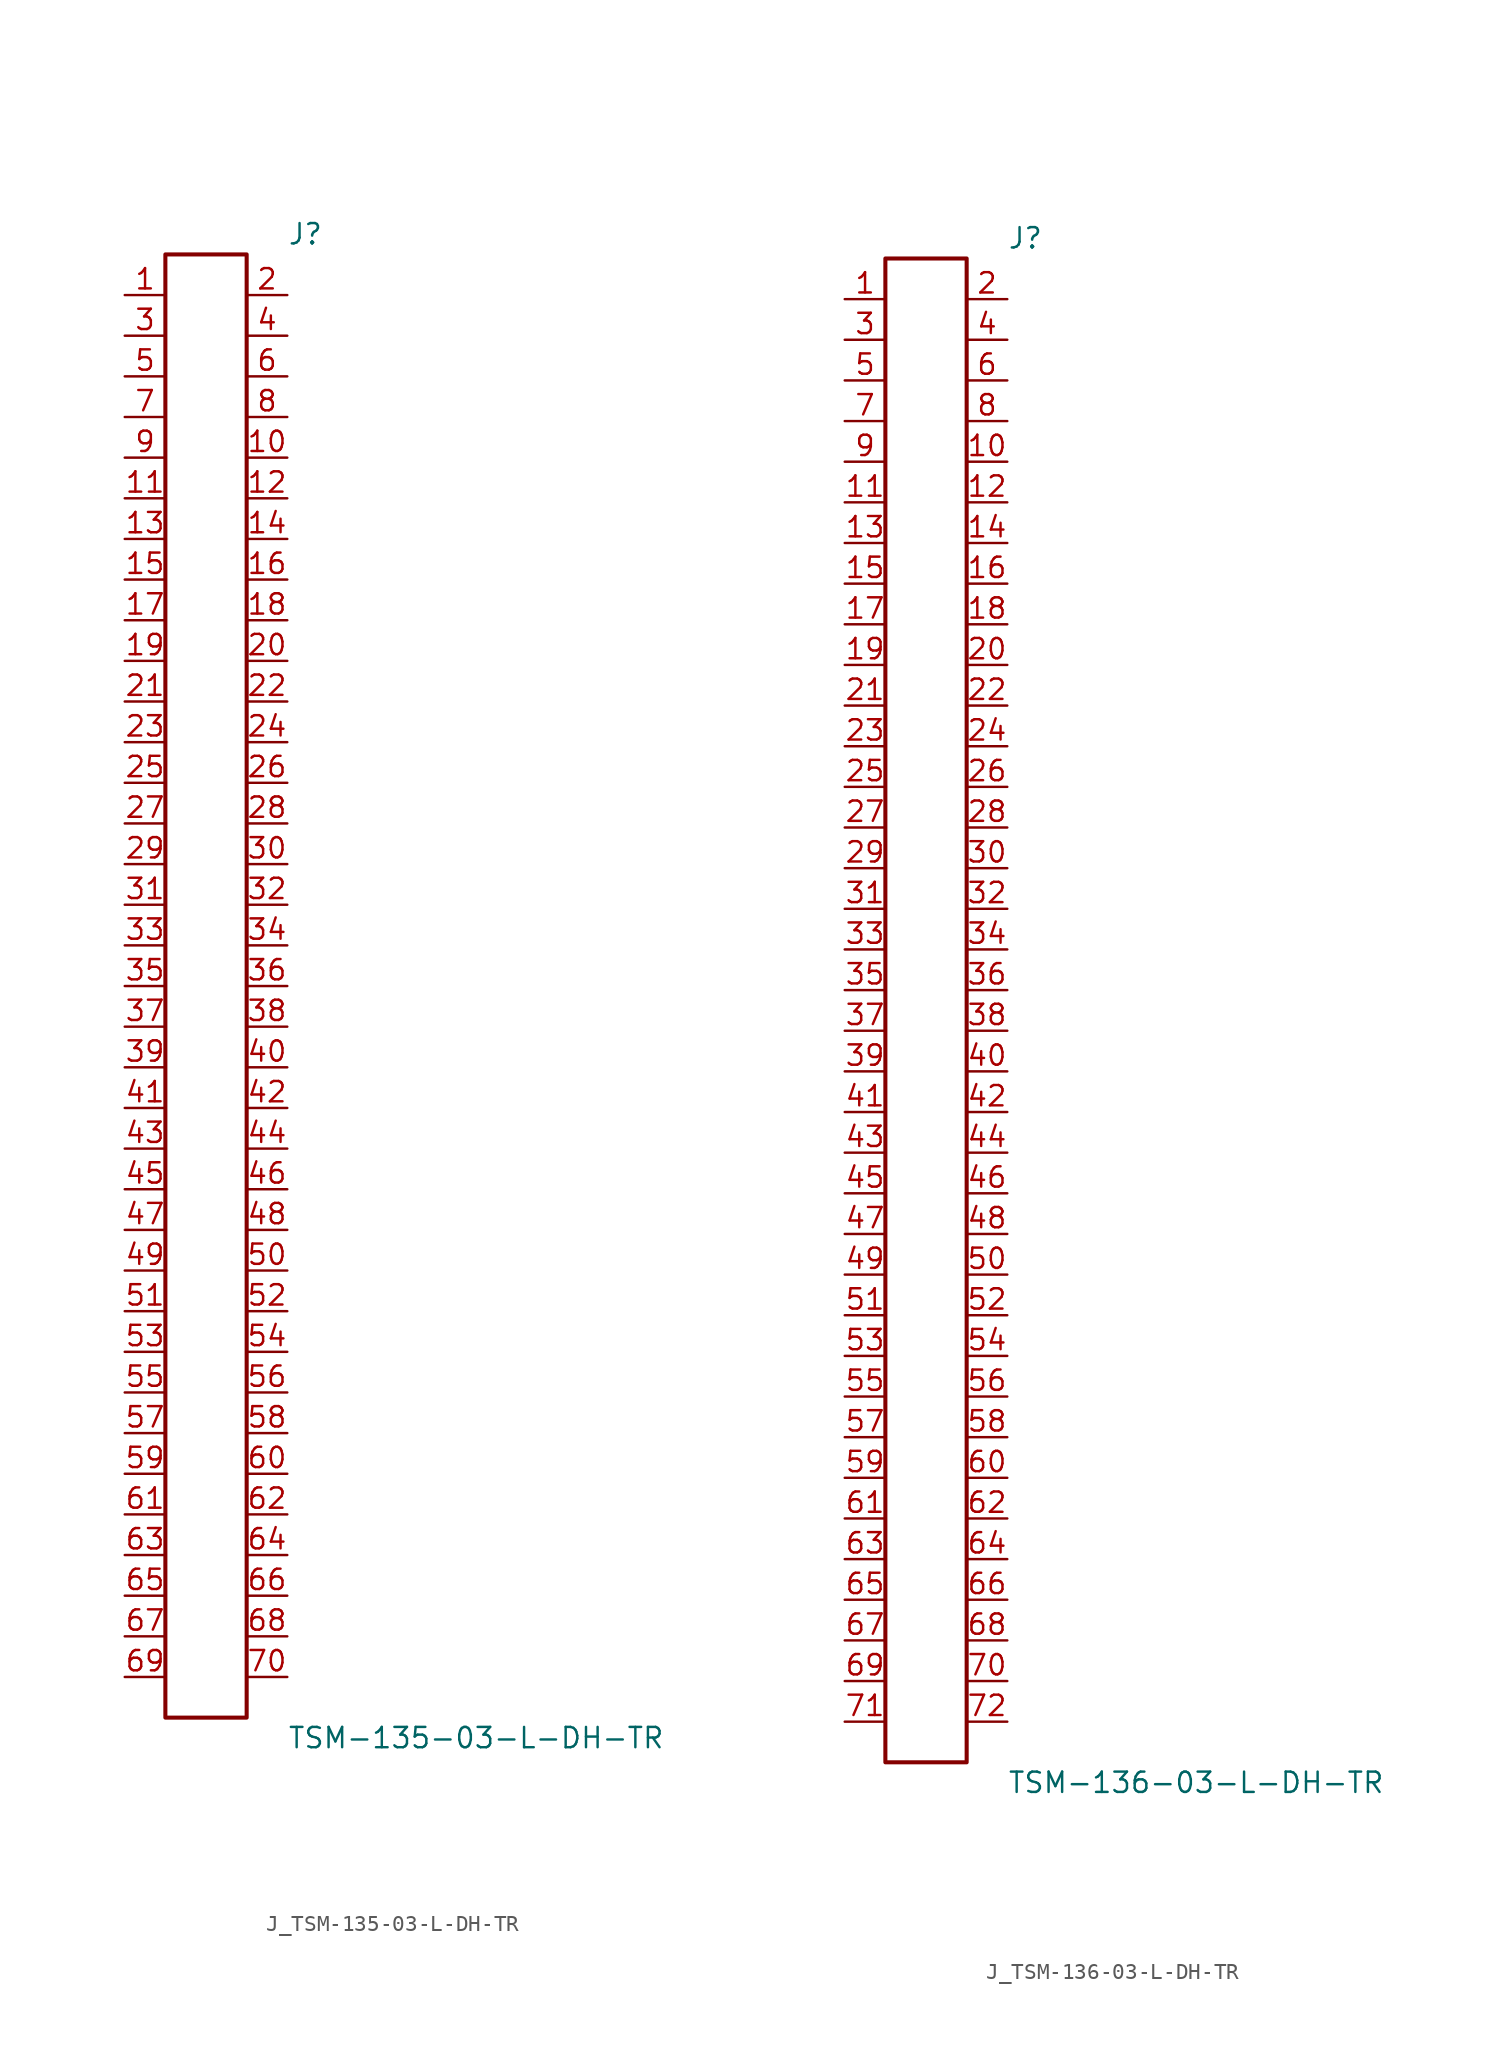
<source format=kicad_sym>
(kicad_symbol_lib
  (version 20231120)
  (generator kicad_symbol_editor)
  (generator_version 8.0)
  (symbol "J_TSM-135-03-L-DH-TR"
    (pin_names
      (offset 0.254))
    (property "Reference" "J"
      (at 5.08 46.99 0)
      (effects (font (size 1.27 1.27)) (justify left)))
    (property "Value" "TSM-135-03-L-DH-TR"
      (at 5.08 -46.99 0)
      (effects (font (size 1.27 1.27)) (justify left)))
    (symbol "J_TSM-135-03-L-DH-TR_0_0"
      (pin passive line (at -5.08 43.18 0) (length 2.54) (name "" (effects (font (size 1.27 1.27)))) (number "1" (effects (font (size 1.27 1.27)))))
      (pin passive line (at 5.08 43.18 180) (length 2.54) (name "" (effects (font (size 1.27 1.27)))) (number "2" (effects (font (size 1.27 1.27)))))
      (pin passive line (at -5.08 40.64 0) (length 2.54) (name "" (effects (font (size 1.27 1.27)))) (number "3" (effects (font (size 1.27 1.27)))))
      (pin passive line (at 5.08 40.64 180) (length 2.54) (name "" (effects (font (size 1.27 1.27)))) (number "4" (effects (font (size 1.27 1.27)))))
      (pin passive line (at -5.08 38.1 0) (length 2.54) (name "" (effects (font (size 1.27 1.27)))) (number "5" (effects (font (size 1.27 1.27)))))
      (pin passive line (at 5.08 38.1 180) (length 2.54) (name "" (effects (font (size 1.27 1.27)))) (number "6" (effects (font (size 1.27 1.27)))))
      (pin passive line (at -5.08 35.56 0) (length 2.54) (name "" (effects (font (size 1.27 1.27)))) (number "7" (effects (font (size 1.27 1.27)))))
      (pin passive line (at 5.08 35.56 180) (length 2.54) (name "" (effects (font (size 1.27 1.27)))) (number "8" (effects (font (size 1.27 1.27)))))
      (pin passive line (at -5.08 33.02 0) (length 2.54) (name "" (effects (font (size 1.27 1.27)))) (number "9" (effects (font (size 1.27 1.27)))))
      (pin passive line (at 5.08 33.02 180) (length 2.54) (name "" (effects (font (size 1.27 1.27)))) (number "10" (effects (font (size 1.27 1.27)))))
      (pin passive line (at -5.08 30.48 0) (length 2.54) (name "" (effects (font (size 1.27 1.27)))) (number "11" (effects (font (size 1.27 1.27)))))
      (pin passive line (at 5.08 30.48 180) (length 2.54) (name "" (effects (font (size 1.27 1.27)))) (number "12" (effects (font (size 1.27 1.27)))))
      (pin passive line (at -5.08 27.94 0) (length 2.54) (name "" (effects (font (size 1.27 1.27)))) (number "13" (effects (font (size 1.27 1.27)))))
      (pin passive line (at 5.08 27.94 180) (length 2.54) (name "" (effects (font (size 1.27 1.27)))) (number "14" (effects (font (size 1.27 1.27)))))
      (pin passive line (at -5.08 25.4 0) (length 2.54) (name "" (effects (font (size 1.27 1.27)))) (number "15" (effects (font (size 1.27 1.27)))))
      (pin passive line (at 5.08 25.4 180) (length 2.54) (name "" (effects (font (size 1.27 1.27)))) (number "16" (effects (font (size 1.27 1.27)))))
      (pin passive line (at -5.08 22.86 0) (length 2.54) (name "" (effects (font (size 1.27 1.27)))) (number "17" (effects (font (size 1.27 1.27)))))
      (pin passive line (at 5.08 22.86 180) (length 2.54) (name "" (effects (font (size 1.27 1.27)))) (number "18" (effects (font (size 1.27 1.27)))))
      (pin passive line (at -5.08 20.32 0) (length 2.54) (name "" (effects (font (size 1.27 1.27)))) (number "19" (effects (font (size 1.27 1.27)))))
      (pin passive line (at 5.08 20.32 180) (length 2.54) (name "" (effects (font (size 1.27 1.27)))) (number "20" (effects (font (size 1.27 1.27)))))
      (pin passive line (at -5.08 17.78 0) (length 2.54) (name "" (effects (font (size 1.27 1.27)))) (number "21" (effects (font (size 1.27 1.27)))))
      (pin passive line (at 5.08 17.78 180) (length 2.54) (name "" (effects (font (size 1.27 1.27)))) (number "22" (effects (font (size 1.27 1.27)))))
      (pin passive line (at -5.08 15.24 0) (length 2.54) (name "" (effects (font (size 1.27 1.27)))) (number "23" (effects (font (size 1.27 1.27)))))
      (pin passive line (at 5.08 15.24 180) (length 2.54) (name "" (effects (font (size 1.27 1.27)))) (number "24" (effects (font (size 1.27 1.27)))))
      (pin passive line (at -5.08 12.7 0) (length 2.54) (name "" (effects (font (size 1.27 1.27)))) (number "25" (effects (font (size 1.27 1.27)))))
      (pin passive line (at 5.08 12.7 180) (length 2.54) (name "" (effects (font (size 1.27 1.27)))) (number "26" (effects (font (size 1.27 1.27)))))
      (pin passive line (at -5.08 10.16 0) (length 2.54) (name "" (effects (font (size 1.27 1.27)))) (number "27" (effects (font (size 1.27 1.27)))))
      (pin passive line (at 5.08 10.16 180) (length 2.54) (name "" (effects (font (size 1.27 1.27)))) (number "28" (effects (font (size 1.27 1.27)))))
      (pin passive line (at -5.08 7.62 0) (length 2.54) (name "" (effects (font (size 1.27 1.27)))) (number "29" (effects (font (size 1.27 1.27)))))
      (pin passive line (at 5.08 7.62 180) (length 2.54) (name "" (effects (font (size 1.27 1.27)))) (number "30" (effects (font (size 1.27 1.27)))))
      (pin passive line (at -5.08 5.08 0) (length 2.54) (name "" (effects (font (size 1.27 1.27)))) (number "31" (effects (font (size 1.27 1.27)))))
      (pin passive line (at 5.08 5.08 180) (length 2.54) (name "" (effects (font (size 1.27 1.27)))) (number "32" (effects (font (size 1.27 1.27)))))
      (pin passive line (at -5.08 2.54 0) (length 2.54) (name "" (effects (font (size 1.27 1.27)))) (number "33" (effects (font (size 1.27 1.27)))))
      (pin passive line (at 5.08 2.54 180) (length 2.54) (name "" (effects (font (size 1.27 1.27)))) (number "34" (effects (font (size 1.27 1.27)))))
      (pin passive line (at -5.08 0.0 0) (length 2.54) (name "" (effects (font (size 1.27 1.27)))) (number "35" (effects (font (size 1.27 1.27)))))
      (pin passive line (at 5.08 0.0 180) (length 2.54) (name "" (effects (font (size 1.27 1.27)))) (number "36" (effects (font (size 1.27 1.27)))))
      (pin passive line (at -5.08 -2.54 0) (length 2.54) (name "" (effects (font (size 1.27 1.27)))) (number "37" (effects (font (size 1.27 1.27)))))
      (pin passive line (at 5.08 -2.54 180) (length 2.54) (name "" (effects (font (size 1.27 1.27)))) (number "38" (effects (font (size 1.27 1.27)))))
      (pin passive line (at -5.08 -5.08 0) (length 2.54) (name "" (effects (font (size 1.27 1.27)))) (number "39" (effects (font (size 1.27 1.27)))))
      (pin passive line (at 5.08 -5.08 180) (length 2.54) (name "" (effects (font (size 1.27 1.27)))) (number "40" (effects (font (size 1.27 1.27)))))
      (pin passive line (at -5.08 -7.62 0) (length 2.54) (name "" (effects (font (size 1.27 1.27)))) (number "41" (effects (font (size 1.27 1.27)))))
      (pin passive line (at 5.08 -7.62 180) (length 2.54) (name "" (effects (font (size 1.27 1.27)))) (number "42" (effects (font (size 1.27 1.27)))))
      (pin passive line (at -5.08 -10.16 0) (length 2.54) (name "" (effects (font (size 1.27 1.27)))) (number "43" (effects (font (size 1.27 1.27)))))
      (pin passive line (at 5.08 -10.16 180) (length 2.54) (name "" (effects (font (size 1.27 1.27)))) (number "44" (effects (font (size 1.27 1.27)))))
      (pin passive line (at -5.08 -12.7 0) (length 2.54) (name "" (effects (font (size 1.27 1.27)))) (number "45" (effects (font (size 1.27 1.27)))))
      (pin passive line (at 5.08 -12.7 180) (length 2.54) (name "" (effects (font (size 1.27 1.27)))) (number "46" (effects (font (size 1.27 1.27)))))
      (pin passive line (at -5.08 -15.24 0) (length 2.54) (name "" (effects (font (size 1.27 1.27)))) (number "47" (effects (font (size 1.27 1.27)))))
      (pin passive line (at 5.08 -15.24 180) (length 2.54) (name "" (effects (font (size 1.27 1.27)))) (number "48" (effects (font (size 1.27 1.27)))))
      (pin passive line (at -5.08 -17.78 0) (length 2.54) (name "" (effects (font (size 1.27 1.27)))) (number "49" (effects (font (size 1.27 1.27)))))
      (pin passive line (at 5.08 -17.78 180) (length 2.54) (name "" (effects (font (size 1.27 1.27)))) (number "50" (effects (font (size 1.27 1.27)))))
      (pin passive line (at -5.08 -20.32 0) (length 2.54) (name "" (effects (font (size 1.27 1.27)))) (number "51" (effects (font (size 1.27 1.27)))))
      (pin passive line (at 5.08 -20.32 180) (length 2.54) (name "" (effects (font (size 1.27 1.27)))) (number "52" (effects (font (size 1.27 1.27)))))
      (pin passive line (at -5.08 -22.86 0) (length 2.54) (name "" (effects (font (size 1.27 1.27)))) (number "53" (effects (font (size 1.27 1.27)))))
      (pin passive line (at 5.08 -22.86 180) (length 2.54) (name "" (effects (font (size 1.27 1.27)))) (number "54" (effects (font (size 1.27 1.27)))))
      (pin passive line (at -5.08 -25.4 0) (length 2.54) (name "" (effects (font (size 1.27 1.27)))) (number "55" (effects (font (size 1.27 1.27)))))
      (pin passive line (at 5.08 -25.4 180) (length 2.54) (name "" (effects (font (size 1.27 1.27)))) (number "56" (effects (font (size 1.27 1.27)))))
      (pin passive line (at -5.08 -27.94 0) (length 2.54) (name "" (effects (font (size 1.27 1.27)))) (number "57" (effects (font (size 1.27 1.27)))))
      (pin passive line (at 5.08 -27.94 180) (length 2.54) (name "" (effects (font (size 1.27 1.27)))) (number "58" (effects (font (size 1.27 1.27)))))
      (pin passive line (at -5.08 -30.48 0) (length 2.54) (name "" (effects (font (size 1.27 1.27)))) (number "59" (effects (font (size 1.27 1.27)))))
      (pin passive line (at 5.08 -30.48 180) (length 2.54) (name "" (effects (font (size 1.27 1.27)))) (number "60" (effects (font (size 1.27 1.27)))))
      (pin passive line (at -5.08 -33.02 0) (length 2.54) (name "" (effects (font (size 1.27 1.27)))) (number "61" (effects (font (size 1.27 1.27)))))
      (pin passive line (at 5.08 -33.02 180) (length 2.54) (name "" (effects (font (size 1.27 1.27)))) (number "62" (effects (font (size 1.27 1.27)))))
      (pin passive line (at -5.08 -35.56 0) (length 2.54) (name "" (effects (font (size 1.27 1.27)))) (number "63" (effects (font (size 1.27 1.27)))))
      (pin passive line (at 5.08 -35.56 180) (length 2.54) (name "" (effects (font (size 1.27 1.27)))) (number "64" (effects (font (size 1.27 1.27)))))
      (pin passive line (at -5.08 -38.1 0) (length 2.54) (name "" (effects (font (size 1.27 1.27)))) (number "65" (effects (font (size 1.27 1.27)))))
      (pin passive line (at 5.08 -38.1 180) (length 2.54) (name "" (effects (font (size 1.27 1.27)))) (number "66" (effects (font (size 1.27 1.27)))))
      (pin passive line (at -5.08 -40.64 0) (length 2.54) (name "" (effects (font (size 1.27 1.27)))) (number "67" (effects (font (size 1.27 1.27)))))
      (pin passive line (at 5.08 -40.64 180) (length 2.54) (name "" (effects (font (size 1.27 1.27)))) (number "68" (effects (font (size 1.27 1.27)))))
      (pin passive line (at -5.08 -43.18 0) (length 2.54) (name "" (effects (font (size 1.27 1.27)))) (number "69" (effects (font (size 1.27 1.27)))))
      (pin passive line (at 5.08 -43.18 180) (length 2.54) (name "" (effects (font (size 1.27 1.27)))) (number "70" (effects (font (size 1.27 1.27))))))
    (symbol "J_TSM-135-03-L-DH-TR_1_0"
      (rectangle (start -2.54 45.72) (end 2.54 -45.72) (stroke (width 0.254) (type solid)) (fill (type none)))))
  (symbol "J_TSM-136-03-L-DH-TR"
    (pin_names
      (offset 0.254))
    (property "Reference" "J"
      (at 5.08 48.26 0)
      (effects (font (size 1.27 1.27)) (justify left)))
    (property "Value" "TSM-136-03-L-DH-TR"
      (at 5.08 -48.26 0)
      (effects (font (size 1.27 1.27)) (justify left)))
    (symbol "J_TSM-136-03-L-DH-TR_0_0"
      (pin passive line (at -5.08 44.45 0) (length 2.54) (name "" (effects (font (size 1.27 1.27)))) (number "1" (effects (font (size 1.27 1.27)))))
      (pin passive line (at 5.08 44.45 180) (length 2.54) (name "" (effects (font (size 1.27 1.27)))) (number "2" (effects (font (size 1.27 1.27)))))
      (pin passive line (at -5.08 41.91 0) (length 2.54) (name "" (effects (font (size 1.27 1.27)))) (number "3" (effects (font (size 1.27 1.27)))))
      (pin passive line (at 5.08 41.91 180) (length 2.54) (name "" (effects (font (size 1.27 1.27)))) (number "4" (effects (font (size 1.27 1.27)))))
      (pin passive line (at -5.08 39.37 0) (length 2.54) (name "" (effects (font (size 1.27 1.27)))) (number "5" (effects (font (size 1.27 1.27)))))
      (pin passive line (at 5.08 39.37 180) (length 2.54) (name "" (effects (font (size 1.27 1.27)))) (number "6" (effects (font (size 1.27 1.27)))))
      (pin passive line (at -5.08 36.83 0) (length 2.54) (name "" (effects (font (size 1.27 1.27)))) (number "7" (effects (font (size 1.27 1.27)))))
      (pin passive line (at 5.08 36.83 180) (length 2.54) (name "" (effects (font (size 1.27 1.27)))) (number "8" (effects (font (size 1.27 1.27)))))
      (pin passive line (at -5.08 34.29 0) (length 2.54) (name "" (effects (font (size 1.27 1.27)))) (number "9" (effects (font (size 1.27 1.27)))))
      (pin passive line (at 5.08 34.29 180) (length 2.54) (name "" (effects (font (size 1.27 1.27)))) (number "10" (effects (font (size 1.27 1.27)))))
      (pin passive line (at -5.08 31.75 0) (length 2.54) (name "" (effects (font (size 1.27 1.27)))) (number "11" (effects (font (size 1.27 1.27)))))
      (pin passive line (at 5.08 31.75 180) (length 2.54) (name "" (effects (font (size 1.27 1.27)))) (number "12" (effects (font (size 1.27 1.27)))))
      (pin passive line (at -5.08 29.21 0) (length 2.54) (name "" (effects (font (size 1.27 1.27)))) (number "13" (effects (font (size 1.27 1.27)))))
      (pin passive line (at 5.08 29.21 180) (length 2.54) (name "" (effects (font (size 1.27 1.27)))) (number "14" (effects (font (size 1.27 1.27)))))
      (pin passive line (at -5.08 26.67 0) (length 2.54) (name "" (effects (font (size 1.27 1.27)))) (number "15" (effects (font (size 1.27 1.27)))))
      (pin passive line (at 5.08 26.67 180) (length 2.54) (name "" (effects (font (size 1.27 1.27)))) (number "16" (effects (font (size 1.27 1.27)))))
      (pin passive line (at -5.08 24.13 0) (length 2.54) (name "" (effects (font (size 1.27 1.27)))) (number "17" (effects (font (size 1.27 1.27)))))
      (pin passive line (at 5.08 24.13 180) (length 2.54) (name "" (effects (font (size 1.27 1.27)))) (number "18" (effects (font (size 1.27 1.27)))))
      (pin passive line (at -5.08 21.59 0) (length 2.54) (name "" (effects (font (size 1.27 1.27)))) (number "19" (effects (font (size 1.27 1.27)))))
      (pin passive line (at 5.08 21.59 180) (length 2.54) (name "" (effects (font (size 1.27 1.27)))) (number "20" (effects (font (size 1.27 1.27)))))
      (pin passive line (at -5.08 19.05 0) (length 2.54) (name "" (effects (font (size 1.27 1.27)))) (number "21" (effects (font (size 1.27 1.27)))))
      (pin passive line (at 5.08 19.05 180) (length 2.54) (name "" (effects (font (size 1.27 1.27)))) (number "22" (effects (font (size 1.27 1.27)))))
      (pin passive line (at -5.08 16.51 0) (length 2.54) (name "" (effects (font (size 1.27 1.27)))) (number "23" (effects (font (size 1.27 1.27)))))
      (pin passive line (at 5.08 16.51 180) (length 2.54) (name "" (effects (font (size 1.27 1.27)))) (number "24" (effects (font (size 1.27 1.27)))))
      (pin passive line (at -5.08 13.97 0) (length 2.54) (name "" (effects (font (size 1.27 1.27)))) (number "25" (effects (font (size 1.27 1.27)))))
      (pin passive line (at 5.08 13.97 180) (length 2.54) (name "" (effects (font (size 1.27 1.27)))) (number "26" (effects (font (size 1.27 1.27)))))
      (pin passive line (at -5.08 11.43 0) (length 2.54) (name "" (effects (font (size 1.27 1.27)))) (number "27" (effects (font (size 1.27 1.27)))))
      (pin passive line (at 5.08 11.43 180) (length 2.54) (name "" (effects (font (size 1.27 1.27)))) (number "28" (effects (font (size 1.27 1.27)))))
      (pin passive line (at -5.08 8.89 0) (length 2.54) (name "" (effects (font (size 1.27 1.27)))) (number "29" (effects (font (size 1.27 1.27)))))
      (pin passive line (at 5.08 8.89 180) (length 2.54) (name "" (effects (font (size 1.27 1.27)))) (number "30" (effects (font (size 1.27 1.27)))))
      (pin passive line (at -5.08 6.35 0) (length 2.54) (name "" (effects (font (size 1.27 1.27)))) (number "31" (effects (font (size 1.27 1.27)))))
      (pin passive line (at 5.08 6.35 180) (length 2.54) (name "" (effects (font (size 1.27 1.27)))) (number "32" (effects (font (size 1.27 1.27)))))
      (pin passive line (at -5.08 3.81 0) (length 2.54) (name "" (effects (font (size 1.27 1.27)))) (number "33" (effects (font (size 1.27 1.27)))))
      (pin passive line (at 5.08 3.81 180) (length 2.54) (name "" (effects (font (size 1.27 1.27)))) (number "34" (effects (font (size 1.27 1.27)))))
      (pin passive line (at -5.08 1.27 0) (length 2.54) (name "" (effects (font (size 1.27 1.27)))) (number "35" (effects (font (size 1.27 1.27)))))
      (pin passive line (at 5.08 1.27 180) (length 2.54) (name "" (effects (font (size 1.27 1.27)))) (number "36" (effects (font (size 1.27 1.27)))))
      (pin passive line (at -5.08 -1.27 0) (length 2.54) (name "" (effects (font (size 1.27 1.27)))) (number "37" (effects (font (size 1.27 1.27)))))
      (pin passive line (at 5.08 -1.27 180) (length 2.54) (name "" (effects (font (size 1.27 1.27)))) (number "38" (effects (font (size 1.27 1.27)))))
      (pin passive line (at -5.08 -3.81 0) (length 2.54) (name "" (effects (font (size 1.27 1.27)))) (number "39" (effects (font (size 1.27 1.27)))))
      (pin passive line (at 5.08 -3.81 180) (length 2.54) (name "" (effects (font (size 1.27 1.27)))) (number "40" (effects (font (size 1.27 1.27)))))
      (pin passive line (at -5.08 -6.35 0) (length 2.54) (name "" (effects (font (size 1.27 1.27)))) (number "41" (effects (font (size 1.27 1.27)))))
      (pin passive line (at 5.08 -6.35 180) (length 2.54) (name "" (effects (font (size 1.27 1.27)))) (number "42" (effects (font (size 1.27 1.27)))))
      (pin passive line (at -5.08 -8.89 0) (length 2.54) (name "" (effects (font (size 1.27 1.27)))) (number "43" (effects (font (size 1.27 1.27)))))
      (pin passive line (at 5.08 -8.89 180) (length 2.54) (name "" (effects (font (size 1.27 1.27)))) (number "44" (effects (font (size 1.27 1.27)))))
      (pin passive line (at -5.08 -11.43 0) (length 2.54) (name "" (effects (font (size 1.27 1.27)))) (number "45" (effects (font (size 1.27 1.27)))))
      (pin passive line (at 5.08 -11.43 180) (length 2.54) (name "" (effects (font (size 1.27 1.27)))) (number "46" (effects (font (size 1.27 1.27)))))
      (pin passive line (at -5.08 -13.97 0) (length 2.54) (name "" (effects (font (size 1.27 1.27)))) (number "47" (effects (font (size 1.27 1.27)))))
      (pin passive line (at 5.08 -13.97 180) (length 2.54) (name "" (effects (font (size 1.27 1.27)))) (number "48" (effects (font (size 1.27 1.27)))))
      (pin passive line (at -5.08 -16.51 0) (length 2.54) (name "" (effects (font (size 1.27 1.27)))) (number "49" (effects (font (size 1.27 1.27)))))
      (pin passive line (at 5.08 -16.51 180) (length 2.54) (name "" (effects (font (size 1.27 1.27)))) (number "50" (effects (font (size 1.27 1.27)))))
      (pin passive line (at -5.08 -19.05 0) (length 2.54) (name "" (effects (font (size 1.27 1.27)))) (number "51" (effects (font (size 1.27 1.27)))))
      (pin passive line (at 5.08 -19.05 180) (length 2.54) (name "" (effects (font (size 1.27 1.27)))) (number "52" (effects (font (size 1.27 1.27)))))
      (pin passive line (at -5.08 -21.59 0) (length 2.54) (name "" (effects (font (size 1.27 1.27)))) (number "53" (effects (font (size 1.27 1.27)))))
      (pin passive line (at 5.08 -21.59 180) (length 2.54) (name "" (effects (font (size 1.27 1.27)))) (number "54" (effects (font (size 1.27 1.27)))))
      (pin passive line (at -5.08 -24.13 0) (length 2.54) (name "" (effects (font (size 1.27 1.27)))) (number "55" (effects (font (size 1.27 1.27)))))
      (pin passive line (at 5.08 -24.13 180) (length 2.54) (name "" (effects (font (size 1.27 1.27)))) (number "56" (effects (font (size 1.27 1.27)))))
      (pin passive line (at -5.08 -26.67 0) (length 2.54) (name "" (effects (font (size 1.27 1.27)))) (number "57" (effects (font (size 1.27 1.27)))))
      (pin passive line (at 5.08 -26.67 180) (length 2.54) (name "" (effects (font (size 1.27 1.27)))) (number "58" (effects (font (size 1.27 1.27)))))
      (pin passive line (at -5.08 -29.21 0) (length 2.54) (name "" (effects (font (size 1.27 1.27)))) (number "59" (effects (font (size 1.27 1.27)))))
      (pin passive line (at 5.08 -29.21 180) (length 2.54) (name "" (effects (font (size 1.27 1.27)))) (number "60" (effects (font (size 1.27 1.27)))))
      (pin passive line (at -5.08 -31.75 0) (length 2.54) (name "" (effects (font (size 1.27 1.27)))) (number "61" (effects (font (size 1.27 1.27)))))
      (pin passive line (at 5.08 -31.75 180) (length 2.54) (name "" (effects (font (size 1.27 1.27)))) (number "62" (effects (font (size 1.27 1.27)))))
      (pin passive line (at -5.08 -34.29 0) (length 2.54) (name "" (effects (font (size 1.27 1.27)))) (number "63" (effects (font (size 1.27 1.27)))))
      (pin passive line (at 5.08 -34.29 180) (length 2.54) (name "" (effects (font (size 1.27 1.27)))) (number "64" (effects (font (size 1.27 1.27)))))
      (pin passive line (at -5.08 -36.83 0) (length 2.54) (name "" (effects (font (size 1.27 1.27)))) (number "65" (effects (font (size 1.27 1.27)))))
      (pin passive line (at 5.08 -36.83 180) (length 2.54) (name "" (effects (font (size 1.27 1.27)))) (number "66" (effects (font (size 1.27 1.27)))))
      (pin passive line (at -5.08 -39.37 0) (length 2.54) (name "" (effects (font (size 1.27 1.27)))) (number "67" (effects (font (size 1.27 1.27)))))
      (pin passive line (at 5.08 -39.37 180) (length 2.54) (name "" (effects (font (size 1.27 1.27)))) (number "68" (effects (font (size 1.27 1.27)))))
      (pin passive line (at -5.08 -41.91 0) (length 2.54) (name "" (effects (font (size 1.27 1.27)))) (number "69" (effects (font (size 1.27 1.27)))))
      (pin passive line (at 5.08 -41.91 180) (length 2.54) (name "" (effects (font (size 1.27 1.27)))) (number "70" (effects (font (size 1.27 1.27)))))
      (pin passive line (at -5.08 -44.45 0) (length 2.54) (name "" (effects (font (size 1.27 1.27)))) (number "71" (effects (font (size 1.27 1.27)))))
      (pin passive line (at 5.08 -44.45 180) (length 2.54) (name "" (effects (font (size 1.27 1.27)))) (number "72" (effects (font (size 1.27 1.27))))))
    (symbol "J_TSM-136-03-L-DH-TR_1_0"
      (rectangle (start -2.54 46.99) (end 2.54 -46.99) (stroke (width 0.254) (type solid)) (fill (type none))))))
</source>
